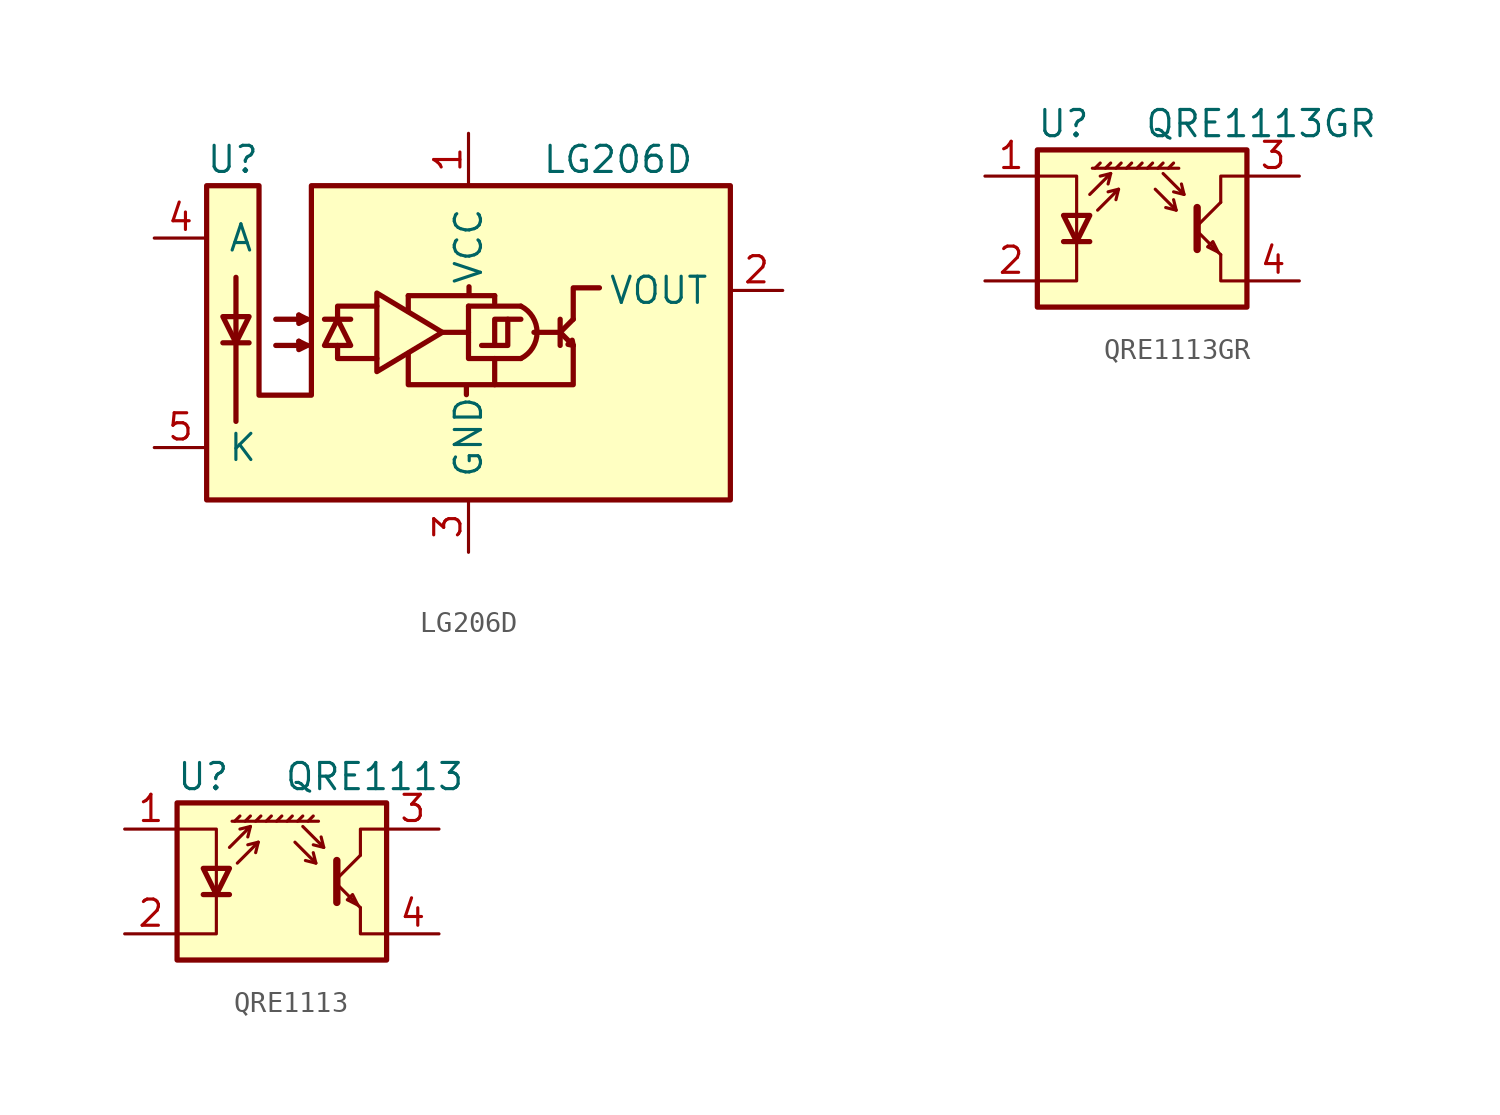
<source format=kicad_sym>
(kicad_symbol_lib
  (version 20231120)
  (generator "kicad_symbol_editor")
  (generator_version "8.0")
  (symbol "LG206D"
    (pin_names
      (offset 1.016))
    (property "Reference" "U"
      (at -11.43 8.89 0)
      (effects (font (size 1.27 1.27))))
    (property "Value" "LG206D"
      (at 3.556 8.89 0)
      (effects (font (size 1.27 1.27)) (justify left)))
    (symbol "LG206D_0_1"
      (polyline (pts (xy -11.913 0) (xy -10.643 0)) (stroke (width 0.254) (type default)) (fill (type none)))
      (polyline (pts (xy -11.278 -3.81) (xy -11.278 3.175)) (stroke (width 0.254) (type default)) (fill (type none)))
      (polyline (pts (xy -6.985 1.143) (xy -5.715 1.143)) (stroke (width 0.254) (type default)) (fill (type none)))
      (polyline (pts (xy -2.921 1.524) (xy -2.921 2.286)) (stroke (width 0.254) (type default)) (fill (type none)))
      (polyline (pts (xy -2.921 2.286) (xy 1.27 2.286)) (stroke (width 0.254) (type default)) (fill (type none)))
      (polyline (pts (xy -1.27 0.508) (xy 0 0.508)) (stroke (width 0.254) (type default)) (fill (type none)))
      (polyline (pts (xy -0.102 -2.515) (xy -0.102 -2.083)) (stroke (width 0.254) (type default)) (fill (type none)))
      (polyline (pts (xy 0 1.778) (xy 2.54 1.778)) (stroke (width 0.254) (type default)) (fill (type none)))
      (polyline (pts (xy 0.025 2.311) (xy 0.025 2.718)) (stroke (width 0.254) (type default)) (fill (type none)))
      (polyline (pts (xy 1.27 1.93) (xy 1.27 2.286)) (stroke (width 0.254) (type default)) (fill (type none)))
      (polyline (pts (xy 3.175 0.508) (xy 4.445 0.508)) (stroke (width 0.254) (type default)) (fill (type none)))
      (polyline (pts (xy 4.445 0.508) (xy 5.08 -0.127)) (stroke (width 0.254) (type default)) (fill (type none)))
      (polyline (pts (xy 4.445 0.508) (xy 5.08 1.143)) (stroke (width 0.254) (type default)) (fill (type none)))
      (polyline (pts (xy 4.445 1.143) (xy 4.445 -0.127)) (stroke (width 0.254) (type default)) (fill (type none)))
      (polyline (pts (xy -9.347 -0.127) (xy -7.823 -0.127) (xy -8.23 0.076)) (stroke (width 0.254) (type default)) (fill (type none)))
      (polyline (pts (xy -9.347 1.143) (xy -7.823 1.143) (xy -8.23 1.346)) (stroke (width 0.254) (type default)) (fill (type none)))
      (polyline (pts (xy -8.23 0.076) (xy -8.23 -0.33) (xy -7.823 -0.127)) (stroke (width 0.254) (type default)) (fill (type none)))
      (polyline (pts (xy -8.23 1.346) (xy -8.23 0.94) (xy -7.823 1.143)) (stroke (width 0.254) (type default)) (fill (type none)))
      (polyline (pts (xy -6.35 -0.127) (xy -6.35 -0.762) (xy -4.445 -0.762)) (stroke (width 0.254) (type default)) (fill (type none)))
      (polyline (pts (xy -6.35 1.143) (xy -6.35 1.778) (xy -4.445 1.778)) (stroke (width 0.254) (type default)) (fill (type none)))
      (polyline (pts (xy 0 1.778) (xy 0 -0.762) (xy 2.54 -0.762)) (stroke (width 0.254) (type default)) (fill (type none)))
      (polyline (pts (xy 1.27 -2.032) (xy -2.921 -2.032) (xy -2.921 -0.508)) (stroke (width 0.254) (type default)) (fill (type none)))
      (polyline (pts (xy 1.905 1.143) (xy 1.27 1.143) (xy 1.27 -0.127)) (stroke (width 0.254) (type default)) (fill (type none)))
      (polyline (pts (xy 5.08 1.143) (xy 5.08 2.667) (xy 6.35 2.667)) (stroke (width 0.254) (type default)) (fill (type none)))
      (polyline (pts (xy -11.913 1.27) (xy -10.643 1.27) (xy -11.278 0) (xy -11.913 1.27)) (stroke (width 0.254) (type default)) (fill (type none)))
      (polyline (pts (xy -6.985 -0.127) (xy -5.715 -0.127) (xy -6.35 1.143) (xy -6.985 -0.127)) (stroke (width 0.254) (type default)) (fill (type none)))
      (polyline (pts (xy -4.445 2.413) (xy -4.445 -1.397) (xy -1.27 0.508) (xy -4.445 2.413)) (stroke (width 0.254) (type default)) (fill (type none)))
      (polyline (pts (xy 0.635 -0.127) (xy 1.905 -0.127) (xy 1.905 1.143) (xy 2.54 1.143)) (stroke (width 0.254) (type default)) (fill (type none)))
      (polyline (pts (xy 1.27 -0.762) (xy 1.27 -2.032) (xy 5.08 -2.032) (xy 5.08 -0.127)) (stroke (width 0.254) (type default)) (fill (type none)))
      (polyline (pts (xy 5.08 -0.127) (xy 4.826 -0.076) (xy 5.029 0.127) (xy 5.08 -0.127)) (stroke (width 0.254) (type default)) (fill (type none)))
      (polyline (pts (xy -12.7 -7.62) (xy 12.7 -7.62) (xy 12.7 7.62) (xy -7.62 7.62) (xy -7.62 -2.54) (xy -10.16 -2.54) (xy -10.16 7.62) (xy -12.7 7.62) (xy -12.7 -7.62)) (stroke (width 0.254) (type default)) (fill (type background)))
      (arc (start 2.54 -0.762) (mid 3.3249 0.508) (end 2.54 1.778) (stroke (width 0.254) (type default)) (fill (type none))))
    (symbol "LG206D_1_1"
      (pin power_in line (at 0 10.16 270) (length 2.54) (name "VCC" (effects (font (size 1.27 1.27)))) (number "1" (effects (font (size 1.27 1.27)))))
      (pin open_collector line (at 15.24 2.54 180) (length 2.54) (name "VOUT" (effects (font (size 1.27 1.27)))) (number "2" (effects (font (size 1.27 1.27)))))
      (pin power_in line (at 0 -10.16 90) (length 2.54) (name "GND" (effects (font (size 1.27 1.27)))) (number "3" (effects (font (size 1.27 1.27)))))
      (pin passive line (at -15.24 5.08 0) (length 2.54) (name "A" (effects (font (size 1.27 1.27)))) (number "4" (effects (font (size 1.27 1.27)))))
      (pin passive line (at -15.24 -5.08 0) (length 2.54) (name "K" (effects (font (size 1.27 1.27)))) (number "5" (effects (font (size 1.27 1.27)))))))
  (symbol "QRE1113GR"
    (pin_names
      (offset 0.025) hide)
    (property "Reference" "U"
      (at -3.81 5.08 0)
      (effects (font (size 1.27 1.27))))
    (property "Value" "QRE1113GR"
      (at 11.43 5.08 0)
      (effects (font (size 1.27 1.27)) (justify right)))
    (symbol "QRE1113GR_0_1"
      (polyline (pts (xy -3.81 -0.635) (xy -2.54 -0.635)) (stroke (width 0.254) (type default)) (fill (type none)))
      (polyline (pts (xy -2.286 2.921) (xy -2.032 3.175)) (stroke (width 0) (type default)) (fill (type none)))
      (polyline (pts (xy -1.778 2.921) (xy -1.524 3.175)) (stroke (width 0) (type default)) (fill (type none)))
      (polyline (pts (xy -1.524 2.667) (xy -1.651 2.159)) (stroke (width 0) (type default)) (fill (type none)))
      (polyline (pts (xy -1.27 2.921) (xy -1.016 3.175)) (stroke (width 0) (type default)) (fill (type none)))
      (polyline (pts (xy -1.143 1.905) (xy -1.27 1.397)) (stroke (width 0) (type default)) (fill (type none)))
      (polyline (pts (xy -0.762 2.921) (xy -0.508 3.175)) (stroke (width 0) (type default)) (fill (type none)))
      (polyline (pts (xy -0.254 2.921) (xy 0 3.175)) (stroke (width 0) (type default)) (fill (type none)))
      (polyline (pts (xy 0.254 2.921) (xy 0.508 3.175)) (stroke (width 0) (type default)) (fill (type none)))
      (polyline (pts (xy 0.762 2.921) (xy 1.016 3.175)) (stroke (width 0) (type default)) (fill (type none)))
      (polyline (pts (xy 1.27 2.921) (xy 1.524 3.175)) (stroke (width 0) (type default)) (fill (type none)))
      (polyline (pts (xy 1.651 0.889) (xy 1.143 1.016)) (stroke (width 0) (type default)) (fill (type none)))
      (polyline (pts (xy 1.778 2.921) (xy -2.413 2.921)) (stroke (width 0) (type default)) (fill (type none)))
      (polyline (pts (xy 2.032 1.651) (xy 1.524 1.778)) (stroke (width 0) (type default)) (fill (type none)))
      (polyline (pts (xy 2.667 -0.127) (xy 3.81 -1.27)) (stroke (width 0) (type default)) (fill (type none)))
      (polyline (pts (xy 2.667 0.127) (xy 3.81 1.27)) (stroke (width 0) (type default)) (fill (type none)))
      (polyline (pts (xy -2.54 1.651) (xy -1.524 2.667) (xy -2.032 2.54)) (stroke (width 0) (type default)) (fill (type none)))
      (polyline (pts (xy -2.159 0.889) (xy -1.143 1.905) (xy -1.651 1.778)) (stroke (width 0) (type default)) (fill (type none)))
      (polyline (pts (xy 0.635 1.905) (xy 1.651 0.889) (xy 1.524 1.397)) (stroke (width 0) (type default)) (fill (type none)))
      (polyline (pts (xy 1.016 2.667) (xy 2.032 1.651) (xy 1.905 2.159)) (stroke (width 0) (type default)) (fill (type none)))
      (polyline (pts (xy 2.667 1.016) (xy 2.667 -1.016) (xy 2.667 -1.016)) (stroke (width 0.356) (type default)) (fill (type none)))
      (polyline (pts (xy 3.81 -1.27) (xy 3.81 -2.54) (xy 5.08 -2.54)) (stroke (width 0) (type default)) (fill (type none)))
      (polyline (pts (xy 3.81 1.27) (xy 3.81 2.54) (xy 5.08 2.54)) (stroke (width 0) (type default)) (fill (type none)))
      (polyline (pts (xy -5.08 -2.54) (xy -3.175 -2.54) (xy -3.175 2.54) (xy -5.08 2.54)) (stroke (width 0) (type default)) (fill (type none)))
      (polyline (pts (xy -3.175 -0.635) (xy -3.81 0.635) (xy -2.54 0.635) (xy -3.175 -0.635)) (stroke (width 0.254) (type default)) (fill (type none)))
      (polyline (pts (xy 3.683 -1.143) (xy 3.429 -0.635) (xy 3.175 -0.889) (xy 3.683 -1.143)) (stroke (width 0) (type default)) (fill (type none)))
      (polyline (pts (xy -5.08 -3.81) (xy 5.08 -3.81) (xy 5.08 3.81) (xy -5.08 3.81) (xy -5.08 -3.81)) (stroke (width 0.254) (type default)) (fill (type background))))
    (symbol "QRE1113GR_1_1"
      (pin passive line (at -7.62 2.54 0) (length 2.54) (name "A" (effects (font (size 1.27 1.27)))) (number "1" (effects (font (size 1.27 1.27)))))
      (pin passive line (at -7.62 -2.54 0) (length 2.54) (name "K" (effects (font (size 1.27 1.27)))) (number "2" (effects (font (size 1.27 1.27)))))
      (pin open_collector line (at 7.62 2.54 180) (length 2.54) (name "~" (effects (font (size 1.27 1.27)))) (number "3" (effects (font (size 1.27 1.27)))))
      (pin open_emitter line (at 7.62 -2.54 180) (length 2.54) (name "~" (effects (font (size 1.27 1.27)))) (number "4" (effects (font (size 1.27 1.27)))))))
  (symbol "QRE1113"
    (pin_names
      (offset 0.025) hide)
    (property "Reference" "U"
      (at -3.81 5.08 0)
      (effects (font (size 1.27 1.27))))
    (property "Value" "QRE1113"
      (at 8.89 5.08 0)
      (effects (font (size 1.27 1.27)) (justify right)))
    (symbol "QRE1113_0_1"
      (polyline (pts (xy -3.81 -0.635) (xy -2.54 -0.635)) (stroke (width 0.254) (type default)) (fill (type none)))
      (polyline (pts (xy -2.286 2.921) (xy -2.032 3.175)) (stroke (width 0) (type default)) (fill (type none)))
      (polyline (pts (xy -1.778 2.921) (xy -1.524 3.175)) (stroke (width 0) (type default)) (fill (type none)))
      (polyline (pts (xy -1.524 2.667) (xy -1.651 2.159)) (stroke (width 0) (type default)) (fill (type none)))
      (polyline (pts (xy -1.27 2.921) (xy -1.016 3.175)) (stroke (width 0) (type default)) (fill (type none)))
      (polyline (pts (xy -1.143 1.905) (xy -1.27 1.397)) (stroke (width 0) (type default)) (fill (type none)))
      (polyline (pts (xy -0.762 2.921) (xy -0.508 3.175)) (stroke (width 0) (type default)) (fill (type none)))
      (polyline (pts (xy -0.254 2.921) (xy 0 3.175)) (stroke (width 0) (type default)) (fill (type none)))
      (polyline (pts (xy 0.254 2.921) (xy 0.508 3.175)) (stroke (width 0) (type default)) (fill (type none)))
      (polyline (pts (xy 0.762 2.921) (xy 1.016 3.175)) (stroke (width 0) (type default)) (fill (type none)))
      (polyline (pts (xy 1.27 2.921) (xy 1.524 3.175)) (stroke (width 0) (type default)) (fill (type none)))
      (polyline (pts (xy 1.651 0.889) (xy 1.143 1.016)) (stroke (width 0) (type default)) (fill (type none)))
      (polyline (pts (xy 1.778 2.921) (xy -2.413 2.921)) (stroke (width 0) (type default)) (fill (type none)))
      (polyline (pts (xy 2.032 1.651) (xy 1.524 1.778)) (stroke (width 0) (type default)) (fill (type none)))
      (polyline (pts (xy 2.667 -0.127) (xy 3.81 -1.27)) (stroke (width 0) (type default)) (fill (type none)))
      (polyline (pts (xy 2.667 0.127) (xy 3.81 1.27)) (stroke (width 0) (type default)) (fill (type none)))
      (polyline (pts (xy -2.54 1.651) (xy -1.524 2.667) (xy -2.032 2.54)) (stroke (width 0) (type default)) (fill (type none)))
      (polyline (pts (xy -2.159 0.889) (xy -1.143 1.905) (xy -1.651 1.778)) (stroke (width 0) (type default)) (fill (type none)))
      (polyline (pts (xy 0.635 1.905) (xy 1.651 0.889) (xy 1.524 1.397)) (stroke (width 0) (type default)) (fill (type none)))
      (polyline (pts (xy 1.016 2.667) (xy 2.032 1.651) (xy 1.905 2.159)) (stroke (width 0) (type default)) (fill (type none)))
      (polyline (pts (xy 2.667 1.016) (xy 2.667 -1.016) (xy 2.667 -1.016)) (stroke (width 0.356) (type default)) (fill (type none)))
      (polyline (pts (xy 3.81 -1.27) (xy 3.81 -2.54) (xy 5.08 -2.54)) (stroke (width 0) (type default)) (fill (type none)))
      (polyline (pts (xy 3.81 1.27) (xy 3.81 2.54) (xy 5.08 2.54)) (stroke (width 0) (type default)) (fill (type none)))
      (polyline (pts (xy -5.08 -2.54) (xy -3.175 -2.54) (xy -3.175 2.54) (xy -5.08 2.54)) (stroke (width 0) (type default)) (fill (type none)))
      (polyline (pts (xy -3.175 -0.635) (xy -3.81 0.635) (xy -2.54 0.635) (xy -3.175 -0.635)) (stroke (width 0.254) (type default)) (fill (type none)))
      (polyline (pts (xy 3.683 -1.143) (xy 3.429 -0.635) (xy 3.175 -0.889) (xy 3.683 -1.143)) (stroke (width 0) (type default)) (fill (type none)))
      (polyline (pts (xy -5.08 -3.81) (xy 5.08 -3.81) (xy 5.08 3.81) (xy -5.08 3.81) (xy -5.08 -3.81)) (stroke (width 0.254) (type default)) (fill (type background))))
    (symbol "QRE1113_1_1"
      (pin passive line (at -7.62 2.54 0) (length 2.54) (name "A" (effects (font (size 1.27 1.27)))) (number "1" (effects (font (size 1.27 1.27)))))
      (pin passive line (at -7.62 -2.54 0) (length 2.54) (name "K" (effects (font (size 1.27 1.27)))) (number "2" (effects (font (size 1.27 1.27)))))
      (pin open_collector line (at 7.62 2.54 180) (length 2.54) (name "~" (effects (font (size 1.27 1.27)))) (number "3" (effects (font (size 1.27 1.27)))))
      (pin open_emitter line (at 7.62 -2.54 180) (length 2.54) (name "~" (effects (font (size 1.27 1.27)))) (number "4" (effects (font (size 1.27 1.27))))))))
</source>
